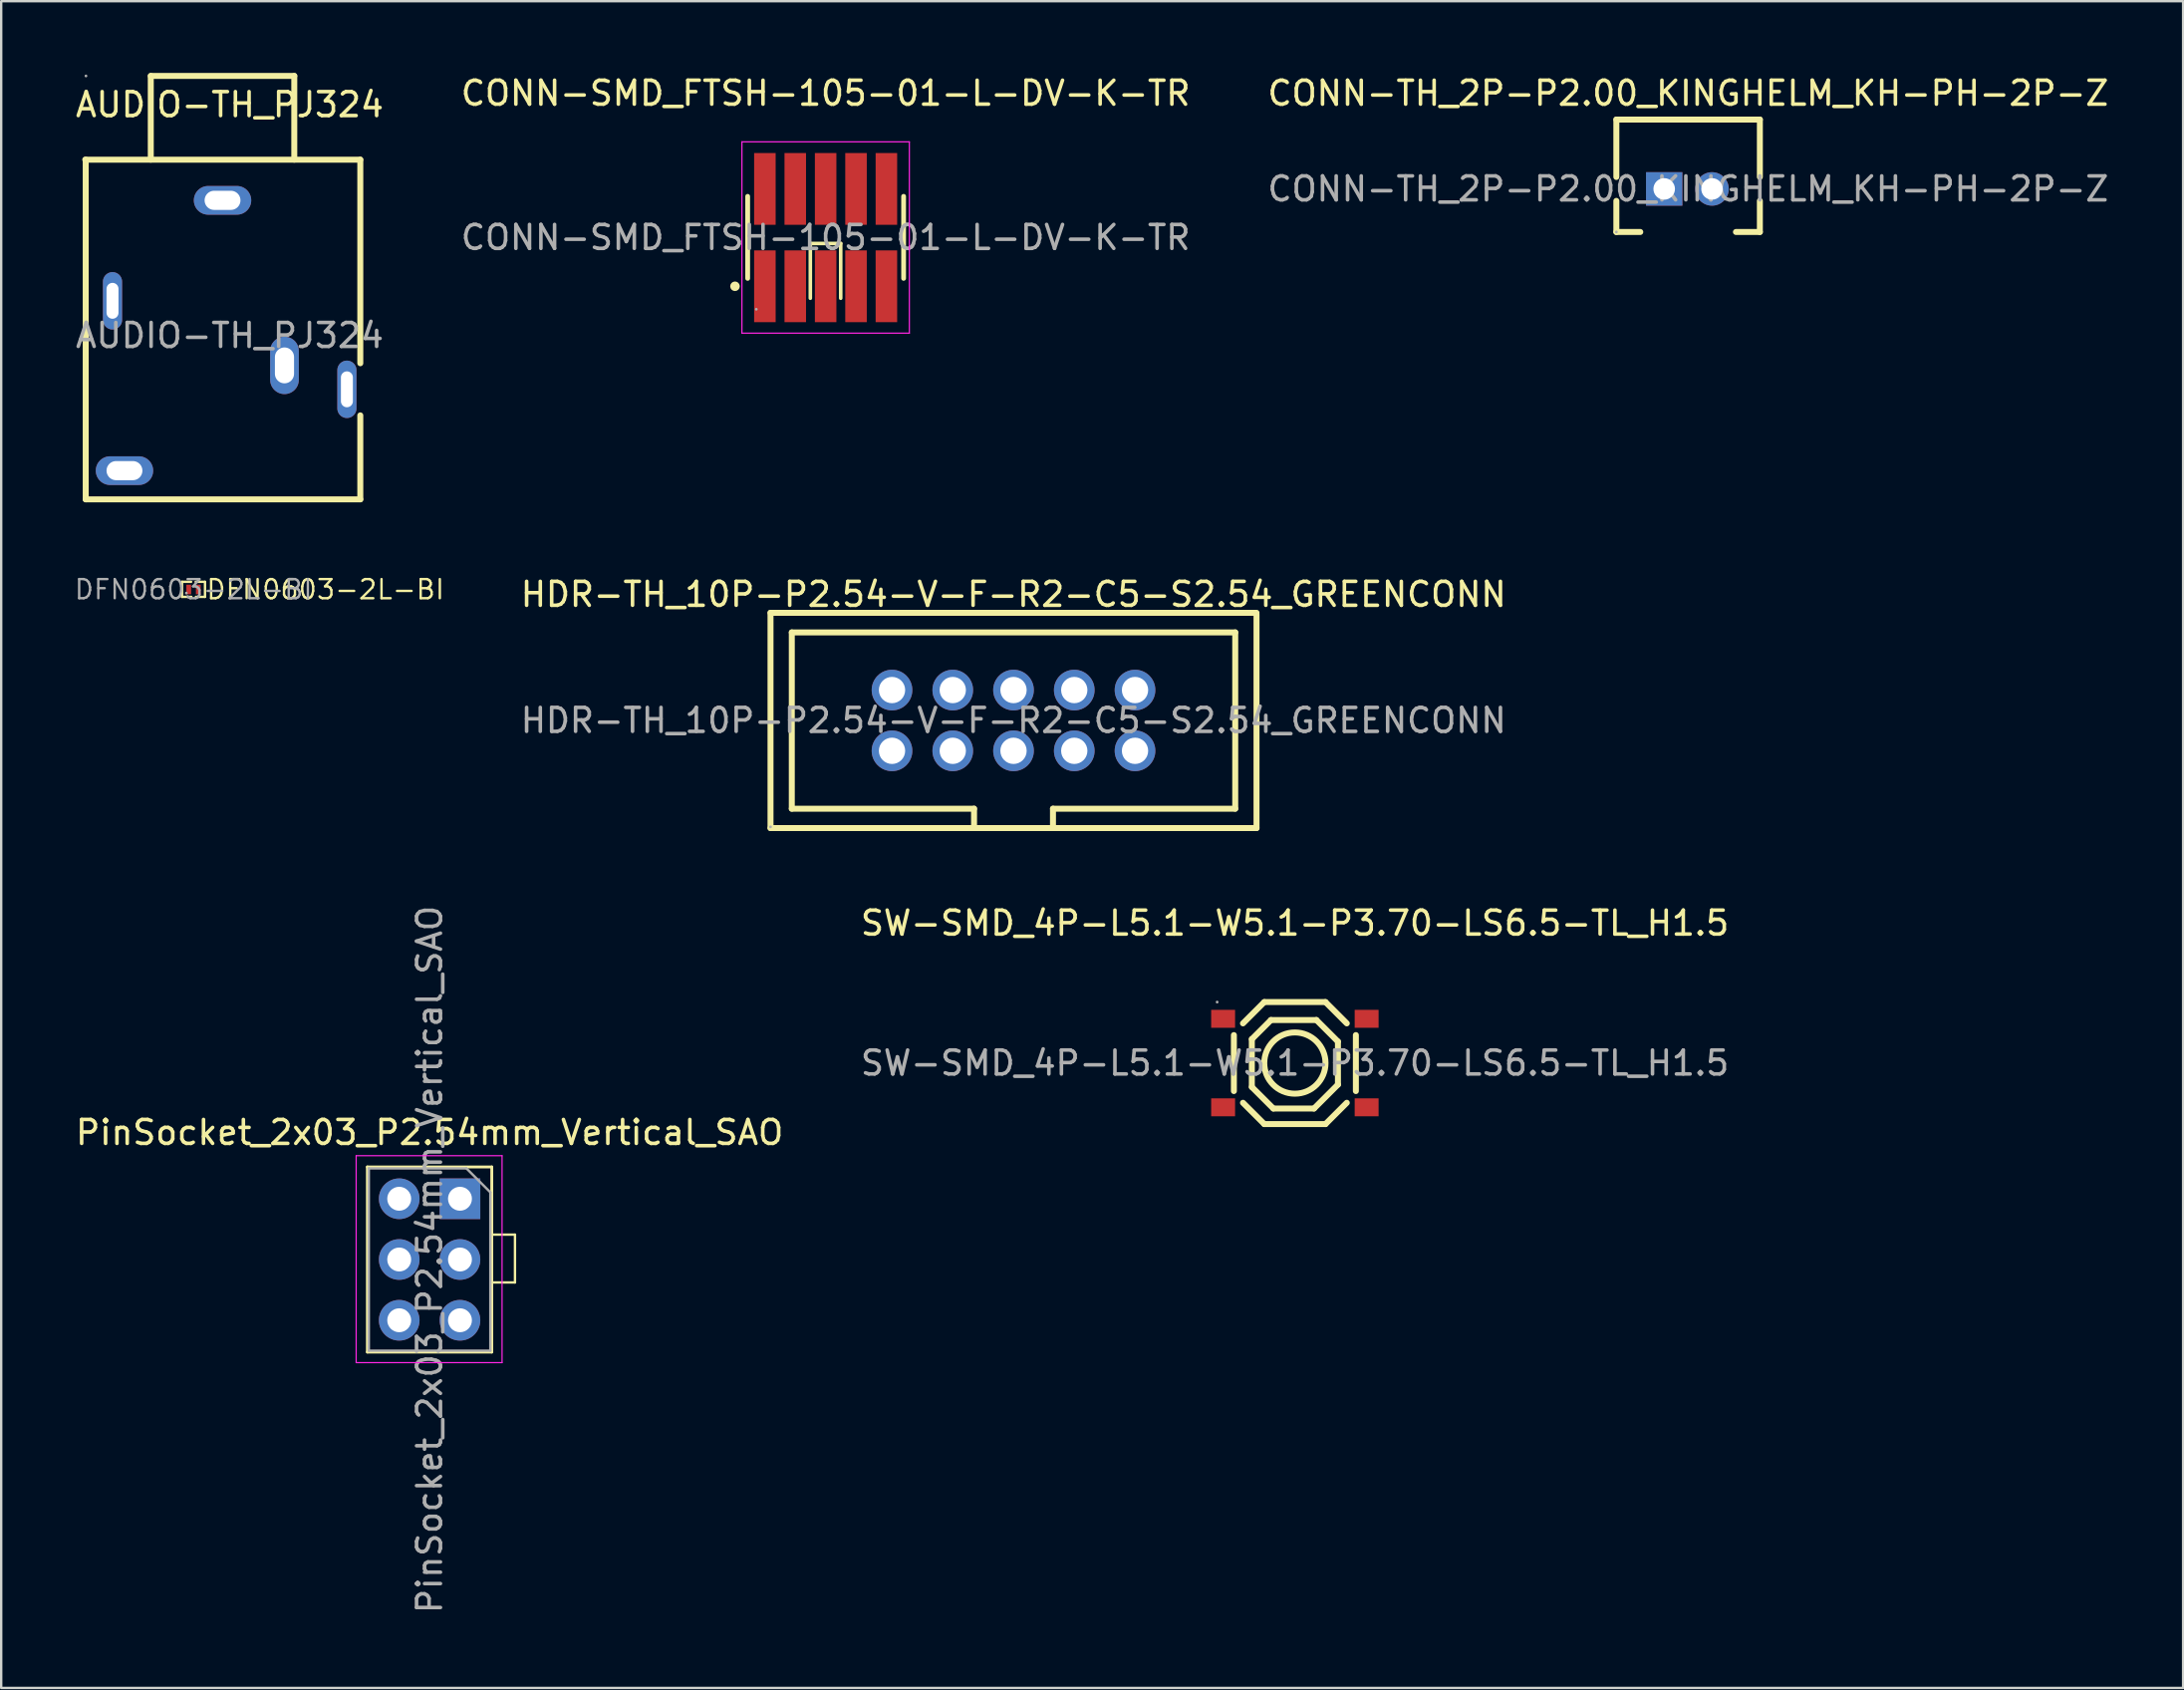
<source format=kicad_pcb>
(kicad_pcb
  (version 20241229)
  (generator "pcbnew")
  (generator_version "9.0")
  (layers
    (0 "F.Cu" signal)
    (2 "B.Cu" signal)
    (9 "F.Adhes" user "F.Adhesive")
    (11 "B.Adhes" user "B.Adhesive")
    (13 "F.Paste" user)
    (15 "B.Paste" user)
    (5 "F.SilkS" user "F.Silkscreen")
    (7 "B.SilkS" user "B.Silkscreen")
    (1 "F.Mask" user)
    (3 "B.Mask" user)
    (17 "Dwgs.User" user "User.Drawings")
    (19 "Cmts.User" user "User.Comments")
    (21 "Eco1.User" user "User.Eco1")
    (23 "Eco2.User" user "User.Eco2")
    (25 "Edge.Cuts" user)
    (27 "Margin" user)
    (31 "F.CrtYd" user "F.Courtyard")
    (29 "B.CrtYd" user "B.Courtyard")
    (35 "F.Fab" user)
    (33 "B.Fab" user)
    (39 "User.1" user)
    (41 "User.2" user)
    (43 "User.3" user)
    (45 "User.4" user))
  (footprint "HDR-TH_10P-P2.54-V-F-R2-C5-S2.54_GREENCONN"
    (layer "F.Cu")
    (at 39.325 27.068)
    (property "Reference" "HDR-TH_10P-P2.54-V-F-R2-C5-S2.54_GREENCONN" (at 0 -5.27 0) (layer "F.SilkS") (effects (font (size 1 1) (thickness 0.15))))
    (attr through_hole)
    (fp_line (start -10.16 -4.5) (end -10.16 4.5) (stroke (width 0.25) (type solid)) (layer "F.SilkS"))
    (fp_line (start -9.27 -3.68) (end -9.27 3.69) (stroke (width 0.25) (type solid)) (layer "F.SilkS"))
    (fp_line (start -9.27 3.69) (end -1.65 3.69) (stroke (width 0.25) (type solid)) (layer "F.SilkS"))
    (fp_line (start -1.65 3.69) (end -1.65 4.5) (stroke (width 0.25) (type solid)) (layer "F.SilkS"))
    (fp_line (start 1.65 3.69) (end 1.65 4.5) (stroke (width 0.25) (type solid)) (layer "F.SilkS"))
    (fp_line (start 1.65 3.69) (end 9.27 3.69) (stroke (width 0.25) (type solid)) (layer "F.SilkS"))
    (fp_line (start 9.27 -3.68) (end -9.27 -3.68) (stroke (width 0.25) (type solid)) (layer "F.SilkS"))
    (fp_line (start 9.27 3.69) (end 9.27 -3.68) (stroke (width 0.25) (type solid)) (layer "F.SilkS"))
    (fp_line (start 10.16 -4.5) (end -10.16 -4.5) (stroke (width 0.25) (type solid)) (layer "F.SilkS"))
    (fp_line (start 10.16 4.5) (end -10.16 4.5) (stroke (width 0.25) (type solid)) (layer "F.SilkS"))
    (fp_line (start 10.16 4.5) (end 10.16 -4.44) (stroke (width 0.25) (type solid)) (layer "F.SilkS"))
    (fp_circle (center -10.16 4.45) (end -10.13 4.45) (stroke (width 0.06) (type solid)) (fill no) (layer "F.Fab"))
    (fp_text user "${REFERENCE}" (at 0 0 0) (layer "F.Fab") (effects (font (size 1 1) (thickness 0.15))))
    (pad "1" thru_hole circle (at -5.08 1.27 180) (size 1.7 1.7) (drill 1.1) (layers "*.Cu" "*.Mask"))
    (pad "2" thru_hole circle (at -5.08 -1.27 180) (size 1.7 1.7) (drill 1.1) (layers "*.Cu" "*.Mask"))
    (pad "3" thru_hole circle (at -2.54 1.27 180) (size 1.7 1.7) (drill 1.1) (layers "*.Cu" "*.Mask"))
    (pad "4" thru_hole circle (at -2.54 -1.27 180) (size 1.7 1.7) (drill 1.1) (layers "*.Cu" "*.Mask"))
    (pad "5" thru_hole circle (at 0 1.27 180) (size 1.7 1.7) (drill 1.1) (layers "*.Cu" "*.Mask"))
    (pad "6" thru_hole circle (at 0 -1.27 180) (size 1.7 1.7) (drill 1.1) (layers "*.Cu" "*.Mask"))
    (pad "7" thru_hole circle (at 2.54 1.27 180) (size 1.7 1.7) (drill 1.1) (layers "*.Cu" "*.Mask"))
    (pad "8" thru_hole circle (at 2.54 -1.27 180) (size 1.7 1.7) (drill 1.1) (layers "*.Cu" "*.Mask"))
    (pad "9" thru_hole circle (at 5.08 1.27 180) (size 1.7 1.7) (drill 1.1) (layers "*.Cu" "*.Mask"))
    (pad "10" thru_hole circle (at 5.08 -1.27 180) (size 1.7 1.7) (drill 1.1) (layers "*.Cu" "*.Mask")))
  (footprint "CONN-SMD_FTSH-105-01-L-DV-K-TR"
    (layer "F.Cu")
    (at 31.47 6.878)
    (property "Reference" "CONN-SMD_FTSH-105-01-L-DV-K-TR" (at 0 -6.03 0) (layer "F.SilkS") (effects (font (size 1 1) (thickness 0.15))))
    (attr smd)
    (fp_line (start -3.26 1.71) (end -3.26 -1.72) (stroke (width 0.2) (type solid)) (layer "F.SilkS"))
    (fp_line (start -0.64 0.25) (end 0.63 0.25) (stroke (width 0.15) (type solid)) (layer "F.SilkS"))
    (fp_line (start -0.64 2.54) (end -0.64 0.25) (stroke (width 0.15) (type solid)) (layer "F.SilkS"))
    (fp_line (start 0.63 0.25) (end 0.63 2.54) (stroke (width 0.15) (type solid)) (layer "F.SilkS"))
    (fp_line (start 3.26 1.71) (end 3.26 -1.72) (stroke (width 0.2) (type solid)) (layer "F.SilkS"))
    (fp_arc (start -3.69 2.04) (mid -3.889875 2.044998) (end -3.6905 2.030016) (stroke (width 0.2) (type solid)) (layer "F.SilkS"))
    (fp_line (start -3.5 -4) (end 3.5 -4) (stroke (width 0.05) (type default)) (layer "F.CrtYd"))
    (fp_line (start -3.5 4) (end -3.5 -4) (stroke (width 0.05) (type default)) (layer "F.CrtYd"))
    (fp_line (start 3.5 -4) (end 3.5 4) (stroke (width 0.05) (type default)) (layer "F.CrtYd"))
    (fp_line (start 3.5 4) (end -3.5 4) (stroke (width 0.05) (type default)) (layer "F.CrtYd"))
    (fp_circle (center -2.9 3) (end -2.87 3) (stroke (width 0.06) (type solid)) (fill no) (layer "F.Fab"))
    (fp_text user "${REFERENCE}" (at 0 0 0) (layer "F.Fab") (effects (font (size 1 1) (thickness 0.15))))
    (pad "1" smd rect (at -2.54 2.04) (size 0.9 3) (layers "F.Cu" "F.Mask" "F.Paste"))
    (pad "2" smd rect (at -2.54 -2.03) (size 0.9 3) (layers "F.Cu" "F.Mask" "F.Paste"))
    (pad "3" smd rect (at -1.27 2.04) (size 0.9 3) (layers "F.Cu" "F.Mask" "F.Paste"))
    (pad "4" smd rect (at -1.27 -2.03) (size 0.9 3) (layers "F.Cu" "F.Mask" "F.Paste"))
    (pad "5" smd rect (at 0 2.04) (size 0.9 3) (layers "F.Cu" "F.Mask" "F.Paste"))
    (pad "6" smd rect (at 0 -2.03) (size 0.9 3) (layers "F.Cu" "F.Mask" "F.Paste"))
    (pad "7" smd rect (at 1.27 2.04) (size 0.9 3) (layers "F.Cu" "F.Mask" "F.Paste"))
    (pad "8" smd rect (at 1.27 -2.03) (size 0.9 3) (layers "F.Cu" "F.Mask" "F.Paste"))
    (pad "9" smd rect (at 2.54 2.04) (size 0.9 3) (layers "F.Cu" "F.Mask" "F.Paste"))
    (pad "10" smd rect (at 2.54 -2.03) (size 0.9 3) (layers "F.Cu" "F.Mask" "F.Paste")))
  (footprint "CONN-TH_2P-P2.00_KINGHELM_KH-PH-2P-Z"
    (layer "F.Cu")
    (at 67.53 4.848)
    (property "Reference" "CONN-TH_2P-P2.00_KINGHELM_KH-PH-2P-Z" (at 0 -4 0) (layer "F.SilkS") (effects (font (size 1 1) (thickness 0.15))))
    (attr through_hole)
    (fp_line (start -3 -0.5) (end -3 -2.9) (stroke (width 0.25) (type solid)) (layer "F.SilkS"))
    (fp_line (start -3 1.8) (end -3 0.5) (stroke (width 0.25) (type solid)) (layer "F.SilkS"))
    (fp_line (start -3 1.8) (end -2 1.8) (stroke (width 0.25) (type solid)) (layer "F.SilkS"))
    (fp_line (start 2 1.8) (end 3 1.8) (stroke (width 0.25) (type solid)) (layer "F.SilkS"))
    (fp_line (start 3 -2.9) (end -3 -2.9) (stroke (width 0.25) (type solid)) (layer "F.SilkS"))
    (fp_line (start 3 -0.5) (end 3 -2.9) (stroke (width 0.25) (type solid)) (layer "F.SilkS"))
    (fp_line (start 3 1.8) (end 3 0.5) (stroke (width 0.25) (type solid)) (layer "F.SilkS"))
    (fp_circle (center -3 1.8) (end -2.97 1.8) (stroke (width 0.06) (type solid)) (fill no) (layer "F.Fab"))
    (fp_text user "${REFERENCE}" (at 0 0 0) (layer "F.Fab") (effects (font (size 1 1) (thickness 0.15))))
    (pad "1" thru_hole rect (at -1 0) (size 1.52 1.4) (drill 0.9) (layers "*.Cu" "*.Mask"))
    (pad "2" thru_hole circle (at 1 0) (size 1.4 1.4) (drill 0.9) (layers "*.Cu" "*.Mask")))
  (footprint "SW-SMD_4P-L5.1-W5.1-P3.70-LS6.5-TL_H1.5"
    (layer "F.Cu")
    (at 51.089 41.392)
    (property "Reference" "SW-SMD_4P-L5.1-W5.1-P3.70-LS6.5-TL_H1.5" (at 0 -5.85 0) (layer "F.SilkS") (effects (font (size 1 1) (thickness 0.15))))
    (attr smd)
    (fp_line (start -2.55 -1.17) (end -2.55 1.17) (stroke (width 0.25) (type solid)) (layer "F.SilkS"))
    (fp_line (start -2.17 1.66) (end -1.28 2.55) (stroke (width 0.25) (type solid)) (layer "F.SilkS"))
    (fp_line (start -1.8 -1) (end -1 -1.8) (stroke (width 0.25) (type solid)) (layer "F.SilkS"))
    (fp_line (start -1.8 1) (end -1.8 -1) (stroke (width 0.25) (type solid)) (layer "F.SilkS"))
    (fp_line (start -1.28 -2.55) (end -2.17 -1.66) (stroke (width 0.25) (type solid)) (layer "F.SilkS"))
    (fp_line (start -1.28 -2.55) (end 1.28 -2.55) (stroke (width 0.25) (type solid)) (layer "F.SilkS"))
    (fp_line (start -1.28 2.55) (end 1.28 2.55) (stroke (width 0.25) (type solid)) (layer "F.SilkS"))
    (fp_line (start -1 -1.8) (end 0.9 -1.8) (stroke (width 0.25) (type solid)) (layer "F.SilkS"))
    (fp_line (start -0.9 1.9) (end -1.8 1) (stroke (width 0.25) (type solid)) (layer "F.SilkS"))
    (fp_line (start 0.8 1.9) (end -0.9 1.9) (stroke (width 0.25) (type solid)) (layer "F.SilkS"))
    (fp_line (start 0.9 -1.8) (end 1.8 -0.9) (stroke (width 0.25) (type solid)) (layer "F.SilkS"))
    (fp_line (start 1.28 -2.55) (end 2.17 -1.66) (stroke (width 0.25) (type solid)) (layer "F.SilkS"))
    (fp_line (start 1.8 -0.9) (end 1.8 0.9) (stroke (width 0.25) (type solid)) (layer "F.SilkS"))
    (fp_line (start 1.8 0.9) (end 0.8 1.9) (stroke (width 0.25) (type solid)) (layer "F.SilkS"))
    (fp_line (start 2.17 1.66) (end 1.28 2.55) (stroke (width 0.25) (type solid)) (layer "F.SilkS"))
    (fp_line (start 2.55 -1.17) (end 2.55 1.17) (stroke (width 0.25) (type solid)) (layer "F.SilkS"))
    (fp_circle (center 0 0) (end 1.28 0) (stroke (width 0.25) (type solid)) (fill no) (layer "F.SilkS"))
    (fp_circle (center -3.25 -2.55) (end -3.22 -2.55) (stroke (width 0.06) (type solid)) (fill no) (layer "F.Fab"))
    (fp_text user "${REFERENCE}" (at 0 0 0) (layer "F.Fab") (effects (font (size 1 1) (thickness 0.15))))
    (pad "1" smd rect (at -3 -1.85) (size 1 0.75) (layers "F.Cu" "F.Mask" "F.Paste"))
    (pad "1" smd rect (at 3 -1.85) (size 1 0.75) (layers "F.Cu" "F.Mask" "F.Paste"))
    (pad "2" smd rect (at -3 1.85) (size 1 0.75) (layers "F.Cu" "F.Mask" "F.Paste"))
    (pad "2" smd rect (at 3 1.85) (size 1 0.75) (layers "F.Cu" "F.Mask" "F.Paste")))
  (footprint "PinSocket_2x03_P2.54mm_Vertical_SAO"
    (layer "F.Cu")
    (at 16.181 47.064)
    (property "Reference" "PinSocket_2x03_P2.54mm_Vertical_SAO" (at -1.27 -2.77 0) (layer "F.SilkS") (effects (font (size 1 1) (thickness 0.15))))
    (attr through_hole)
    (fp_line (start -3.87 -1.33) (end -3.87 6.41) (stroke (width 0.12) (type solid)) (layer "F.SilkS"))
    (fp_line (start -3.87 -1.33) (end 1.33 -1.33) (stroke (width 0.12) (type solid)) (layer "F.SilkS"))
    (fp_line (start -3.87 6.41) (end 1.33 6.41) (stroke (width 0.12) (type solid)) (layer "F.SilkS"))
    (fp_line (start 1.33 -1.33) (end 1.33 6.41) (stroke (width 0.12) (type solid)) (layer "F.SilkS"))
    (fp_line (start 1.4 1.5) (end 2.3 1.5) (stroke (width 0.1) (type default)) (layer "F.SilkS"))
    (fp_line (start 2.3 1.5) (end 2.3 3.5) (stroke (width 0.1) (type default)) (layer "F.SilkS"))
    (fp_line (start 2.3 3.5) (end 1.4 3.5) (stroke (width 0.1) (type default)) (layer "F.SilkS"))
    (fp_line (start -4.34 -1.8) (end 1.76 -1.8) (stroke (width 0.05) (type solid)) (layer "F.CrtYd"))
    (fp_line (start -4.34 6.85) (end -4.34 -1.8) (stroke (width 0.05) (type solid)) (layer "F.CrtYd"))
    (fp_line (start 1.76 -1.8) (end 1.76 6.85) (stroke (width 0.05) (type solid)) (layer "F.CrtYd"))
    (fp_line (start 1.76 6.85) (end -4.34 6.85) (stroke (width 0.05) (type solid)) (layer "F.CrtYd"))
    (fp_line (start -3.81 -1.27) (end 0.27 -1.27) (stroke (width 0.1) (type solid)) (layer "F.Fab"))
    (fp_line (start -3.81 6.35) (end -3.81 -1.27) (stroke (width 0.1) (type solid)) (layer "F.Fab"))
    (fp_line (start 0.27 -1.27) (end 1.27 -0.27) (stroke (width 0.1) (type solid)) (layer "F.Fab"))
    (fp_line (start 1.27 -0.27) (end 1.27 6.35) (stroke (width 0.1) (type solid)) (layer "F.Fab"))
    (fp_line (start 1.27 6.35) (end -3.81 6.35) (stroke (width 0.1) (type solid)) (layer "F.Fab"))
    (fp_text user "${REFERENCE}" (at -1.27 2.54 90) (layer "F.Fab") (effects (font (size 1 1) (thickness 0.15))))
    (pad "1" thru_hole rect (at 0 0) (size 1.7 1.7) (drill 1) (layers "*.Cu" "*.Mask"))
    (pad "2" thru_hole circle (at -2.54 0) (size 1.7 1.7) (drill 1) (layers "*.Cu" "*.Mask"))
    (pad "3" thru_hole circle (at 0 2.54) (size 1.7 1.7) (drill 1) (layers "*.Cu" "*.Mask"))
    (pad "4" thru_hole circle (at -2.54 2.54) (size 1.7 1.7) (drill 1) (layers "*.Cu" "*.Mask"))
    (pad "5" thru_hole circle (at 0 5.08) (size 1.7 1.7) (drill 1) (layers "*.Cu" "*.Mask"))
    (pad "6" thru_hole circle (at -2.54 5.08) (size 1.7 1.7) (drill 1) (layers "*.Cu" "*.Mask")))
  (footprint "DFN0603-2L-BI"
    (layer "F.Cu")
    (at 5.041 21.593)
    (property "Reference" "DFN0603-2L-BI" (at 0.48 0 0) (layer "F.SilkS") (effects (font (size 0.8 0.8) (thickness 0.1)) (justify left)))
    (attr smd)
    (fp_line (start -0.48 -0.32) (end -0.48 0.31) (stroke (width 0.1) (type solid)) (layer "F.SilkS"))
    (fp_line (start -0.48 -0.32) (end -0.1 -0.32) (stroke (width 0.1) (type solid)) (layer "F.SilkS"))
    (fp_line (start -0.48 0.31) (end -0.09 0.31) (stroke (width 0.1) (type solid)) (layer "F.SilkS"))
    (fp_line (start 0.48 -0.32) (end 0.09 -0.32) (stroke (width 0.1) (type solid)) (layer "F.SilkS"))
    (fp_line (start 0.48 0.31) (end 0.1 0.31) (stroke (width 0.1) (type solid)) (layer "F.SilkS"))
    (fp_line (start 0.48 0.31) (end 0.48 -0.32) (stroke (width 0.1) (type solid)) (layer "F.SilkS"))
    (fp_circle (center -0.3 0.15) (end -0.27 0.15) (stroke (width 0.06) (type solid)) (fill no) (layer "F.Fab"))
    (fp_text user "${REFERENCE}" (at 0 0 0) (layer "F.Fab") (effects (font (size 0.8 0.8) (thickness 0.1))))
    (pad "1" smd rect (at -0.2 0) (size 0.2 0.4) (layers "F.Cu" "F.Mask" "F.Paste"))
    (pad "2" smd rect (at 0.2 0) (size 0.2 0.4) (layers "F.Cu" "F.Mask" "F.Paste")))
  (footprint "AUDIO-TH_PJ324"
    (layer "F.Cu")
    (at 6.554 10.975)
    (property "Reference" "AUDIO-TH_PJ324" (at 0 -9.65 0) (layer "F.SilkS") (effects (font (size 1 1) (thickness 0.15))))
    (attr through_hole)
    (fp_line (start -6.02 -7.35) (end -6.02 6.85) (stroke (width 0.25) (type solid)) (layer "F.SilkS"))
    (fp_line (start -6.02 6.85) (end 5.46 6.85) (stroke (width 0.25) (type solid)) (layer "F.SilkS"))
    (fp_line (start -3.3 -10.85) (end 2.7 -10.85) (stroke (width 0.25) (type solid)) (layer "F.SilkS"))
    (fp_line (start -3.3 -7.35) (end -3.3 -10.85) (stroke (width 0.25) (type solid)) (layer "F.SilkS"))
    (fp_line (start 2.7 -10.85) (end 2.7 -7.35) (stroke (width 0.25) (type solid)) (layer "F.SilkS"))
    (fp_line (start 5.46 -7.35) (end -6.04 -7.35) (stroke (width 0.25) (type solid)) (layer "F.SilkS"))
    (fp_line (start 5.46 -7.35) (end 5.46 1.16) (stroke (width 0.25) (type solid)) (layer "F.SilkS"))
    (fp_line (start 5.46 3.34) (end 5.46 6.85) (stroke (width 0.25) (type solid)) (layer "F.SilkS"))
    (fp_circle (center -6.01 -10.85) (end -5.98 -10.85) (stroke (width 0.06) (type solid)) (fill no) (layer "F.Fab"))
    (fp_text user "${REFERENCE}" (at 0 0 0) (layer "F.Fab") (effects (font (size 1 1) (thickness 0.15))))
    (pad "1" thru_hole oval (at -0.3 -5.65 180) (size 2.4 1.2) (drill oval 1.5 0.8) (layers "*.Cu" "*.Mask"))
    (pad "2" thru_hole oval (at 4.9 2.25 270) (size 2.4 0.8) (drill oval 1.5 0.5) (layers "*.Cu" "*.Mask"))
    (pad "3" thru_hole oval (at 2.29 1.25 270) (size 2.4 1.2) (drill oval 1.5 0.8) (layers "*.Cu" "*.Mask"))
    (pad "4" thru_hole oval (at -4.4 5.65 180) (size 2.4 1.2) (drill oval 1.5 0.8) (layers "*.Cu" "*.Mask"))
    (pad "5" thru_hole oval (at -4.9 -1.45 270) (size 2.4 0.8) (drill oval 1.5 0.5) (layers "*.Cu" "*.Mask")))
  (gr_rect
    (start -3 -3)
    (end 88.226 67.515)
    (stroke (width 0.1) (type default))
    (fill no)
    (layer "Edge.Cuts")))
</source>
